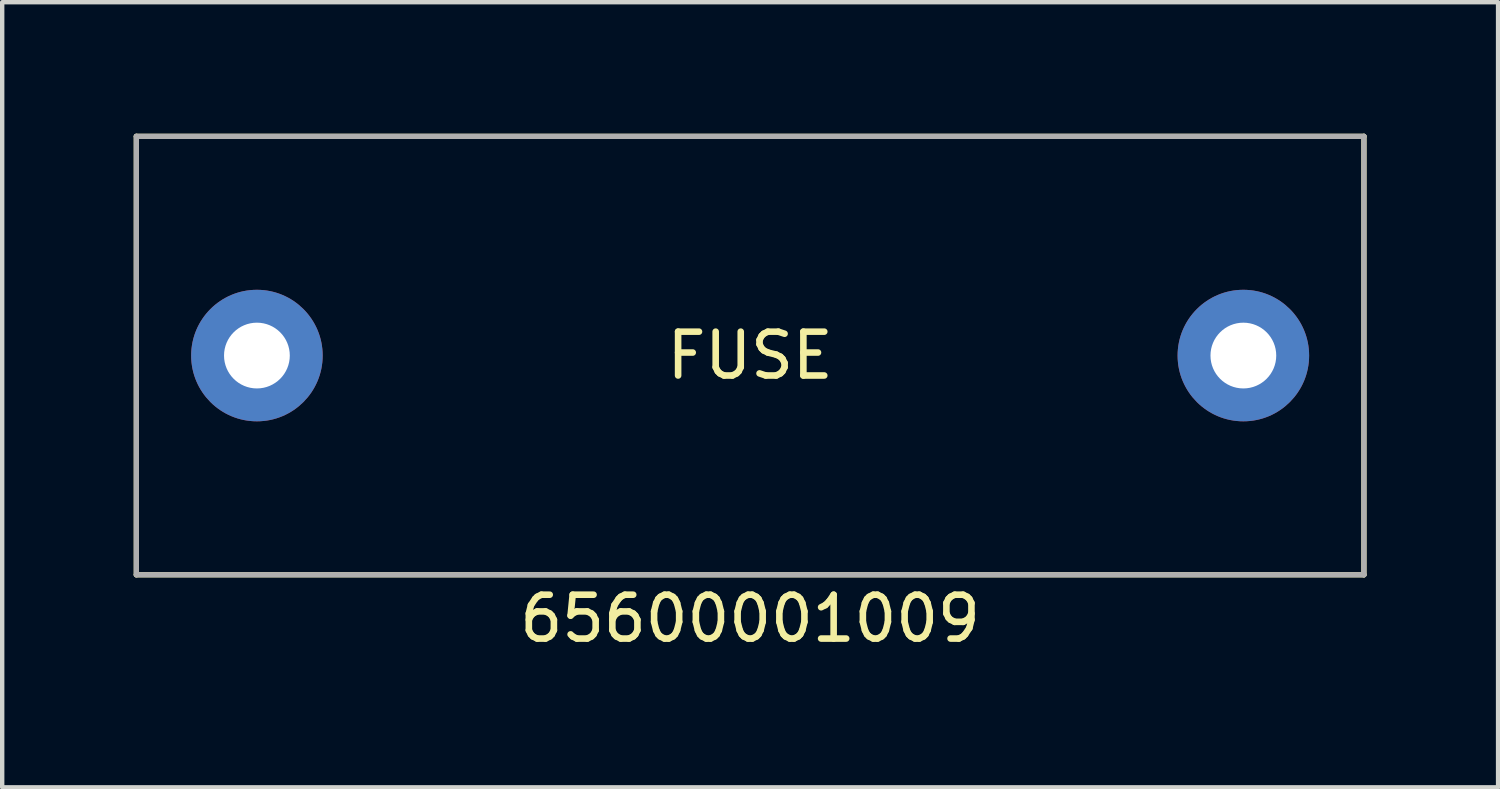
<source format=kicad_pcb>
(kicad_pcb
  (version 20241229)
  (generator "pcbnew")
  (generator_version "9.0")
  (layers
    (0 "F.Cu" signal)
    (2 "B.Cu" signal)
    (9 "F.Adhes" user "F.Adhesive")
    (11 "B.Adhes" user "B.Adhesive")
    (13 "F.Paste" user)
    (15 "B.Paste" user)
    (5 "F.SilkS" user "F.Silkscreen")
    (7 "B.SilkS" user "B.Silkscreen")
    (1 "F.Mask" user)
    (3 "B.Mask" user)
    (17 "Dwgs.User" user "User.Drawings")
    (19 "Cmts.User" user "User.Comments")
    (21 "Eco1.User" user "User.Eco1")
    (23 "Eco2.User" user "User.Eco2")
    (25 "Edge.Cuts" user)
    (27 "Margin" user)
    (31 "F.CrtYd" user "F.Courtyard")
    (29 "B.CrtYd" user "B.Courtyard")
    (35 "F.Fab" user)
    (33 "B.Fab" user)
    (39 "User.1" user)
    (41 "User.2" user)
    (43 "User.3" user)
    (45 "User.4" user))
  (footprint "65600001009"
    (layer "F.Cu")
    (at 14.06 5.06)
    (property "Reference" "65600001009" (at 0 6 0) (layer "F.SilkS") (effects (font (size 1 1) (thickness 0.15))))
    (attr through_hole)
    (fp_line (start -14 -5) (end 14 -5) (stroke (width 0.12) (type solid)) (layer "F.SilkS"))
    (fp_line (start -14 5) (end -14 -5) (stroke (width 0.12) (type solid)) (layer "F.SilkS"))
    (fp_line (start 14 -5) (end 14 5) (stroke (width 0.12) (type solid)) (layer "F.SilkS"))
    (fp_line (start 14 5) (end -14 5) (stroke (width 0.12) (type solid)) (layer "F.SilkS"))
    (fp_line (start -14 -5) (end -14 5) (stroke (width 0.12) (type solid)) (layer "F.Fab"))
    (fp_line (start 14 -5) (end -14 -5) (stroke (width 0.12) (type solid)) (layer "F.Fab"))
    (fp_line (start 14 -5) (end 14 5) (stroke (width 0.12) (type solid)) (layer "F.Fab"))
    (fp_line (start 14 5) (end -14 5) (stroke (width 0.12) (type solid)) (layer "F.Fab"))
    (fp_text user "FUSE" (at 0 0 0) (layer "F.SilkS") (effects (font (size 1 1) (thickness 0.15))))
    (pad "1" thru_hole circle (at -11.25 0) (size 3 3) (drill 1.5) (layers "*.Cu" "*.Mask"))
    (pad "2" thru_hole circle (at 11.25 0) (size 3 3) (drill 1.5) (layers "*.Cu" "*.Mask")))
  (gr_rect
    (start -3 -3)
    (end 31.12 14.908)
    (stroke (width 0.1) (type default))
    (fill no)
    (layer "Edge.Cuts")))
</source>
